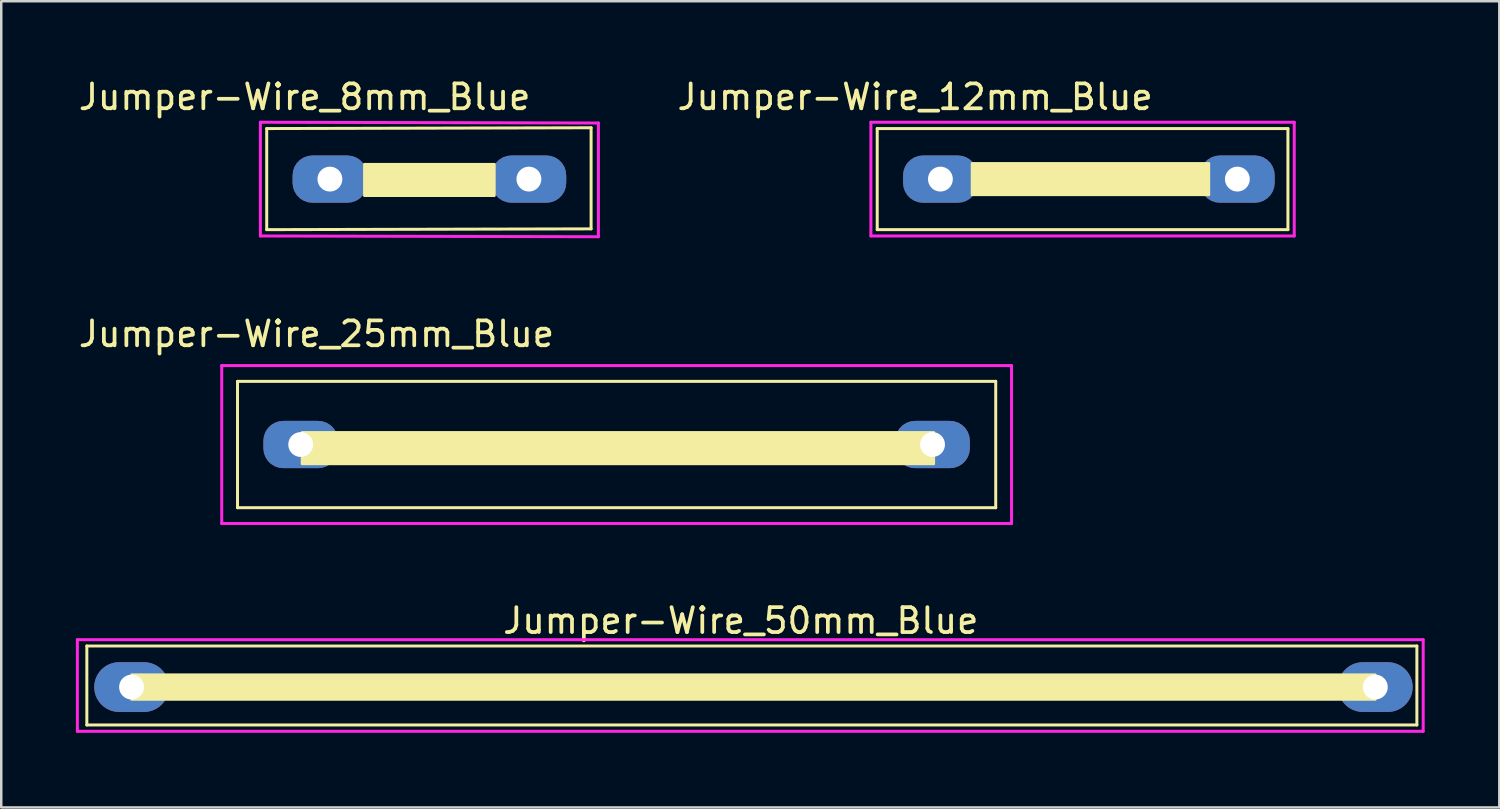
<source format=kicad_pcb>
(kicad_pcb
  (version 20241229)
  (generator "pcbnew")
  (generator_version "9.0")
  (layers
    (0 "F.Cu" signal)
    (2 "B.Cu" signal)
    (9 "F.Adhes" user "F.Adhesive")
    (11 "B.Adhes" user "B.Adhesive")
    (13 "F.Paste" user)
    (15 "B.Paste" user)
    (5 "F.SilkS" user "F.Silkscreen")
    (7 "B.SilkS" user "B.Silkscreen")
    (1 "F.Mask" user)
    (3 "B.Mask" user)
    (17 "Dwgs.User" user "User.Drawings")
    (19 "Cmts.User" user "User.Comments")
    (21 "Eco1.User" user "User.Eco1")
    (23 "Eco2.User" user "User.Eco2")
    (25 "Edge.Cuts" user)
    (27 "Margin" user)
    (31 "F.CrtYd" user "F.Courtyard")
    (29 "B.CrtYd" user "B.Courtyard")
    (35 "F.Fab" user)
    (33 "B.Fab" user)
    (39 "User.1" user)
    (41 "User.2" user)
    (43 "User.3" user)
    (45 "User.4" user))
  (footprint "Jumper-Wire_25mm_Blue"
    (layer "F.Cu")
    (at 9.038 14.82)
    (property "Reference" "Jumper-Wire_25mm_Blue" (at 0.635 -4.445 0) (layer "F.SilkS") (effects (font (size 1 1) (thickness 0.15))))
    (attr through_hole)
    (fp_line (start -2.54 -2.54) (end 27.94 -2.54) (stroke (width 0.12) (type solid)) (layer "F.SilkS"))
    (fp_line (start -2.54 2.54) (end -2.54 -2.54) (stroke (width 0.12) (type solid)) (layer "F.SilkS"))
    (fp_line (start 27.94 -2.54) (end 27.94 2.54) (stroke (width 0.12) (type solid)) (layer "F.SilkS"))
    (fp_line (start 27.94 2.54) (end -2.54 2.54) (stroke (width 0.12) (type solid)) (layer "F.SilkS"))
    (fp_poly (pts (xy 25.452 0.78) (xy 0.052 0.78) (xy 0.052 -0.49) (xy 25.452 -0.49)) (stroke (width 0.1) (type solid)) (fill yes) (layer "F.SilkS"))
    (fp_line (start -3.175 -3.175) (end 28.575 -3.175) (stroke (width 0.12) (type solid)) (layer "F.CrtYd"))
    (fp_line (start -3.175 3.175) (end -3.175 -3.175) (stroke (width 0.12) (type solid)) (layer "F.CrtYd"))
    (fp_line (start 28.575 -3.175) (end 28.575 3.175) (stroke (width 0.12) (type solid)) (layer "F.CrtYd"))
    (fp_line (start 28.575 3.175) (end -3.175 3.175) (stroke (width 0.12) (type solid)) (layer "F.CrtYd"))
    (pad "1" thru_hole roundrect (at 0 0) (size 3 1.9) (drill 1) (layers "B.Cu") (roundrect_rratio 0.421))
    (pad "2" thru_hole roundrect (at 25.4 0) (size 3 1.9) (drill 1) (layers "B.Cu") (roundrect_rratio 0.421)))
  (footprint "Jumper-Wire_50mm_Blue"
    (layer "F.Cu")
    (at 27.238 24.57)
    (property "Reference" "Jumper-Wire_50mm_Blue" (at -0.508 -2.667 0) (layer "F.SilkS") (effects (font (size 1 1) (thickness 0.15))))
    (attr through_hole)
    (fp_line (start -26.797 -1.651) (end 26.67 -1.651) (stroke (width 0.12) (type solid)) (layer "F.SilkS"))
    (fp_line (start -26.797 1.524) (end -26.797 -1.651) (stroke (width 0.12) (type solid)) (layer "F.SilkS"))
    (fp_line (start 26.67 -1.651) (end 26.67 1.524) (stroke (width 0.12) (type solid)) (layer "F.SilkS"))
    (fp_line (start 26.67 1.524) (end -26.797 1.524) (stroke (width 0.12) (type solid)) (layer "F.SilkS"))
    (fp_poly (pts (xy 25 0.5) (xy -25 0.5) (xy -25 -0.5) (xy 25 -0.5)) (stroke (width 0.1) (type solid)) (fill yes) (layer "F.SilkS"))
    (fp_line (start -27.178 -1.905) (end -27.178 1.778) (stroke (width 0.12) (type solid)) (layer "F.CrtYd"))
    (fp_line (start -27.178 1.778) (end 26.924 1.778) (stroke (width 0.12) (type solid)) (layer "F.CrtYd"))
    (fp_line (start 26.924 -1.905) (end -27.178 -1.905) (stroke (width 0.12) (type solid)) (layer "F.CrtYd"))
    (fp_line (start 26.924 1.778) (end 26.924 -1.905) (stroke (width 0.12) (type solid)) (layer "F.CrtYd"))
    (pad "1" thru_hole oval (at -25 0) (size 3 2) (drill 1) (layers "B.Cu"))
    (pad "2" thru_hole oval (at 25 0) (size 3 2) (drill 1) (layers "B.Cu")))
  (footprint "Jumper-Wire_8mm_Blue"
    (layer "F.Cu")
    (at 10.212 4.15)
    (property "Reference" "Jumper-Wire_8mm_Blue" (at -1.016 -3.302 0) (layer "F.SilkS") (effects (font (size 1 1) (thickness 0.15))))
    (attr through_hole)
    (fp_line (start -2.54 -2.032) (end 10.5 -2.064) (stroke (width 0.12) (type solid)) (layer "F.SilkS"))
    (fp_line (start -2.54 2.032) (end -2.54 -2.032) (stroke (width 0.12) (type solid)) (layer "F.SilkS"))
    (fp_line (start 10.5 -2.064) (end 10.5 2) (stroke (width 0.12) (type solid)) (layer "F.SilkS"))
    (fp_line (start 10.5 2) (end -2.54 2.032) (stroke (width 0.12) (type solid)) (layer "F.SilkS"))
    (fp_poly (pts (xy 6.614 0.67) (xy 1.384 0.67) (xy 1.384 -0.6) (xy 6.614 -0.6)) (stroke (width 0.1) (type solid)) (fill yes) (layer "F.SilkS"))
    (fp_line (start -2.794 -2.286) (end 10.793 -2.255) (stroke (width 0.12) (type solid)) (layer "F.CrtYd"))
    (fp_line (start -2.794 2.286) (end -2.794 -2.286) (stroke (width 0.12) (type solid)) (layer "F.CrtYd"))
    (fp_line (start 10.793 -2.255) (end 10.793 2.317) (stroke (width 0.12) (type solid)) (layer "F.CrtYd"))
    (fp_line (start 10.793 2.317) (end -2.794 2.286) (stroke (width 0.12) (type solid)) (layer "F.CrtYd"))
    (pad "1" thru_hole roundrect (at 0 0) (size 3 1.9) (drill 1) (layers "B.Cu") (roundrect_rratio 0.421))
    (pad "2" thru_hole roundrect (at 8 0) (size 3 1.9) (drill 1) (layers "B.Cu") (roundrect_rratio 0.421)))
  (footprint "Jumper-Wire_12mm_Blue"
    (layer "F.Cu")
    (at 34.754 4.15)
    (property "Reference" "Jumper-Wire_12mm_Blue" (at -1.016 -3.302 0) (layer "F.SilkS") (effects (font (size 1 1) (thickness 0.15))))
    (attr through_hole)
    (fp_line (start -2.54 -2.032) (end 13.97 -2.032) (stroke (width 0.12) (type solid)) (layer "F.SilkS"))
    (fp_line (start -2.54 2.032) (end -2.54 -2.032) (stroke (width 0.12) (type solid)) (layer "F.SilkS"))
    (fp_line (start 13.97 -2.032) (end 13.97 2.032) (stroke (width 0.12) (type solid)) (layer "F.SilkS"))
    (fp_line (start 13.97 2.032) (end -2.54 2.032) (stroke (width 0.12) (type solid)) (layer "F.SilkS"))
    (fp_poly (pts (xy 10.795 0.635) (xy 1.27 0.635) (xy 1.27 -0.635) (xy 10.795 -0.635)) (stroke (width 0.1) (type solid)) (fill yes) (layer "F.SilkS"))
    (fp_line (start -2.794 -2.286) (end 14.224 -2.286) (stroke (width 0.12) (type solid)) (layer "F.CrtYd"))
    (fp_line (start -2.794 2.286) (end -2.794 -2.286) (stroke (width 0.12) (type solid)) (layer "F.CrtYd"))
    (fp_line (start 14.224 -2.286) (end 14.224 2.286) (stroke (width 0.12) (type solid)) (layer "F.CrtYd"))
    (fp_line (start 14.224 2.286) (end -2.794 2.286) (stroke (width 0.12) (type solid)) (layer "F.CrtYd"))
    (pad "1" thru_hole roundrect (at 0 0) (size 3 1.9) (drill 1) (layers "B.Cu") (roundrect_rratio 0.421))
    (pad "2" thru_hole roundrect (at 11.938 0) (size 3 1.9) (drill 1) (layers "B.Cu") (roundrect_rratio 0.421)))
  (gr_rect
    (start -3 -3)
    (end 57.222 29.408)
    (stroke (width 0.1) (type default))
    (fill no)
    (layer "Edge.Cuts")))
</source>
